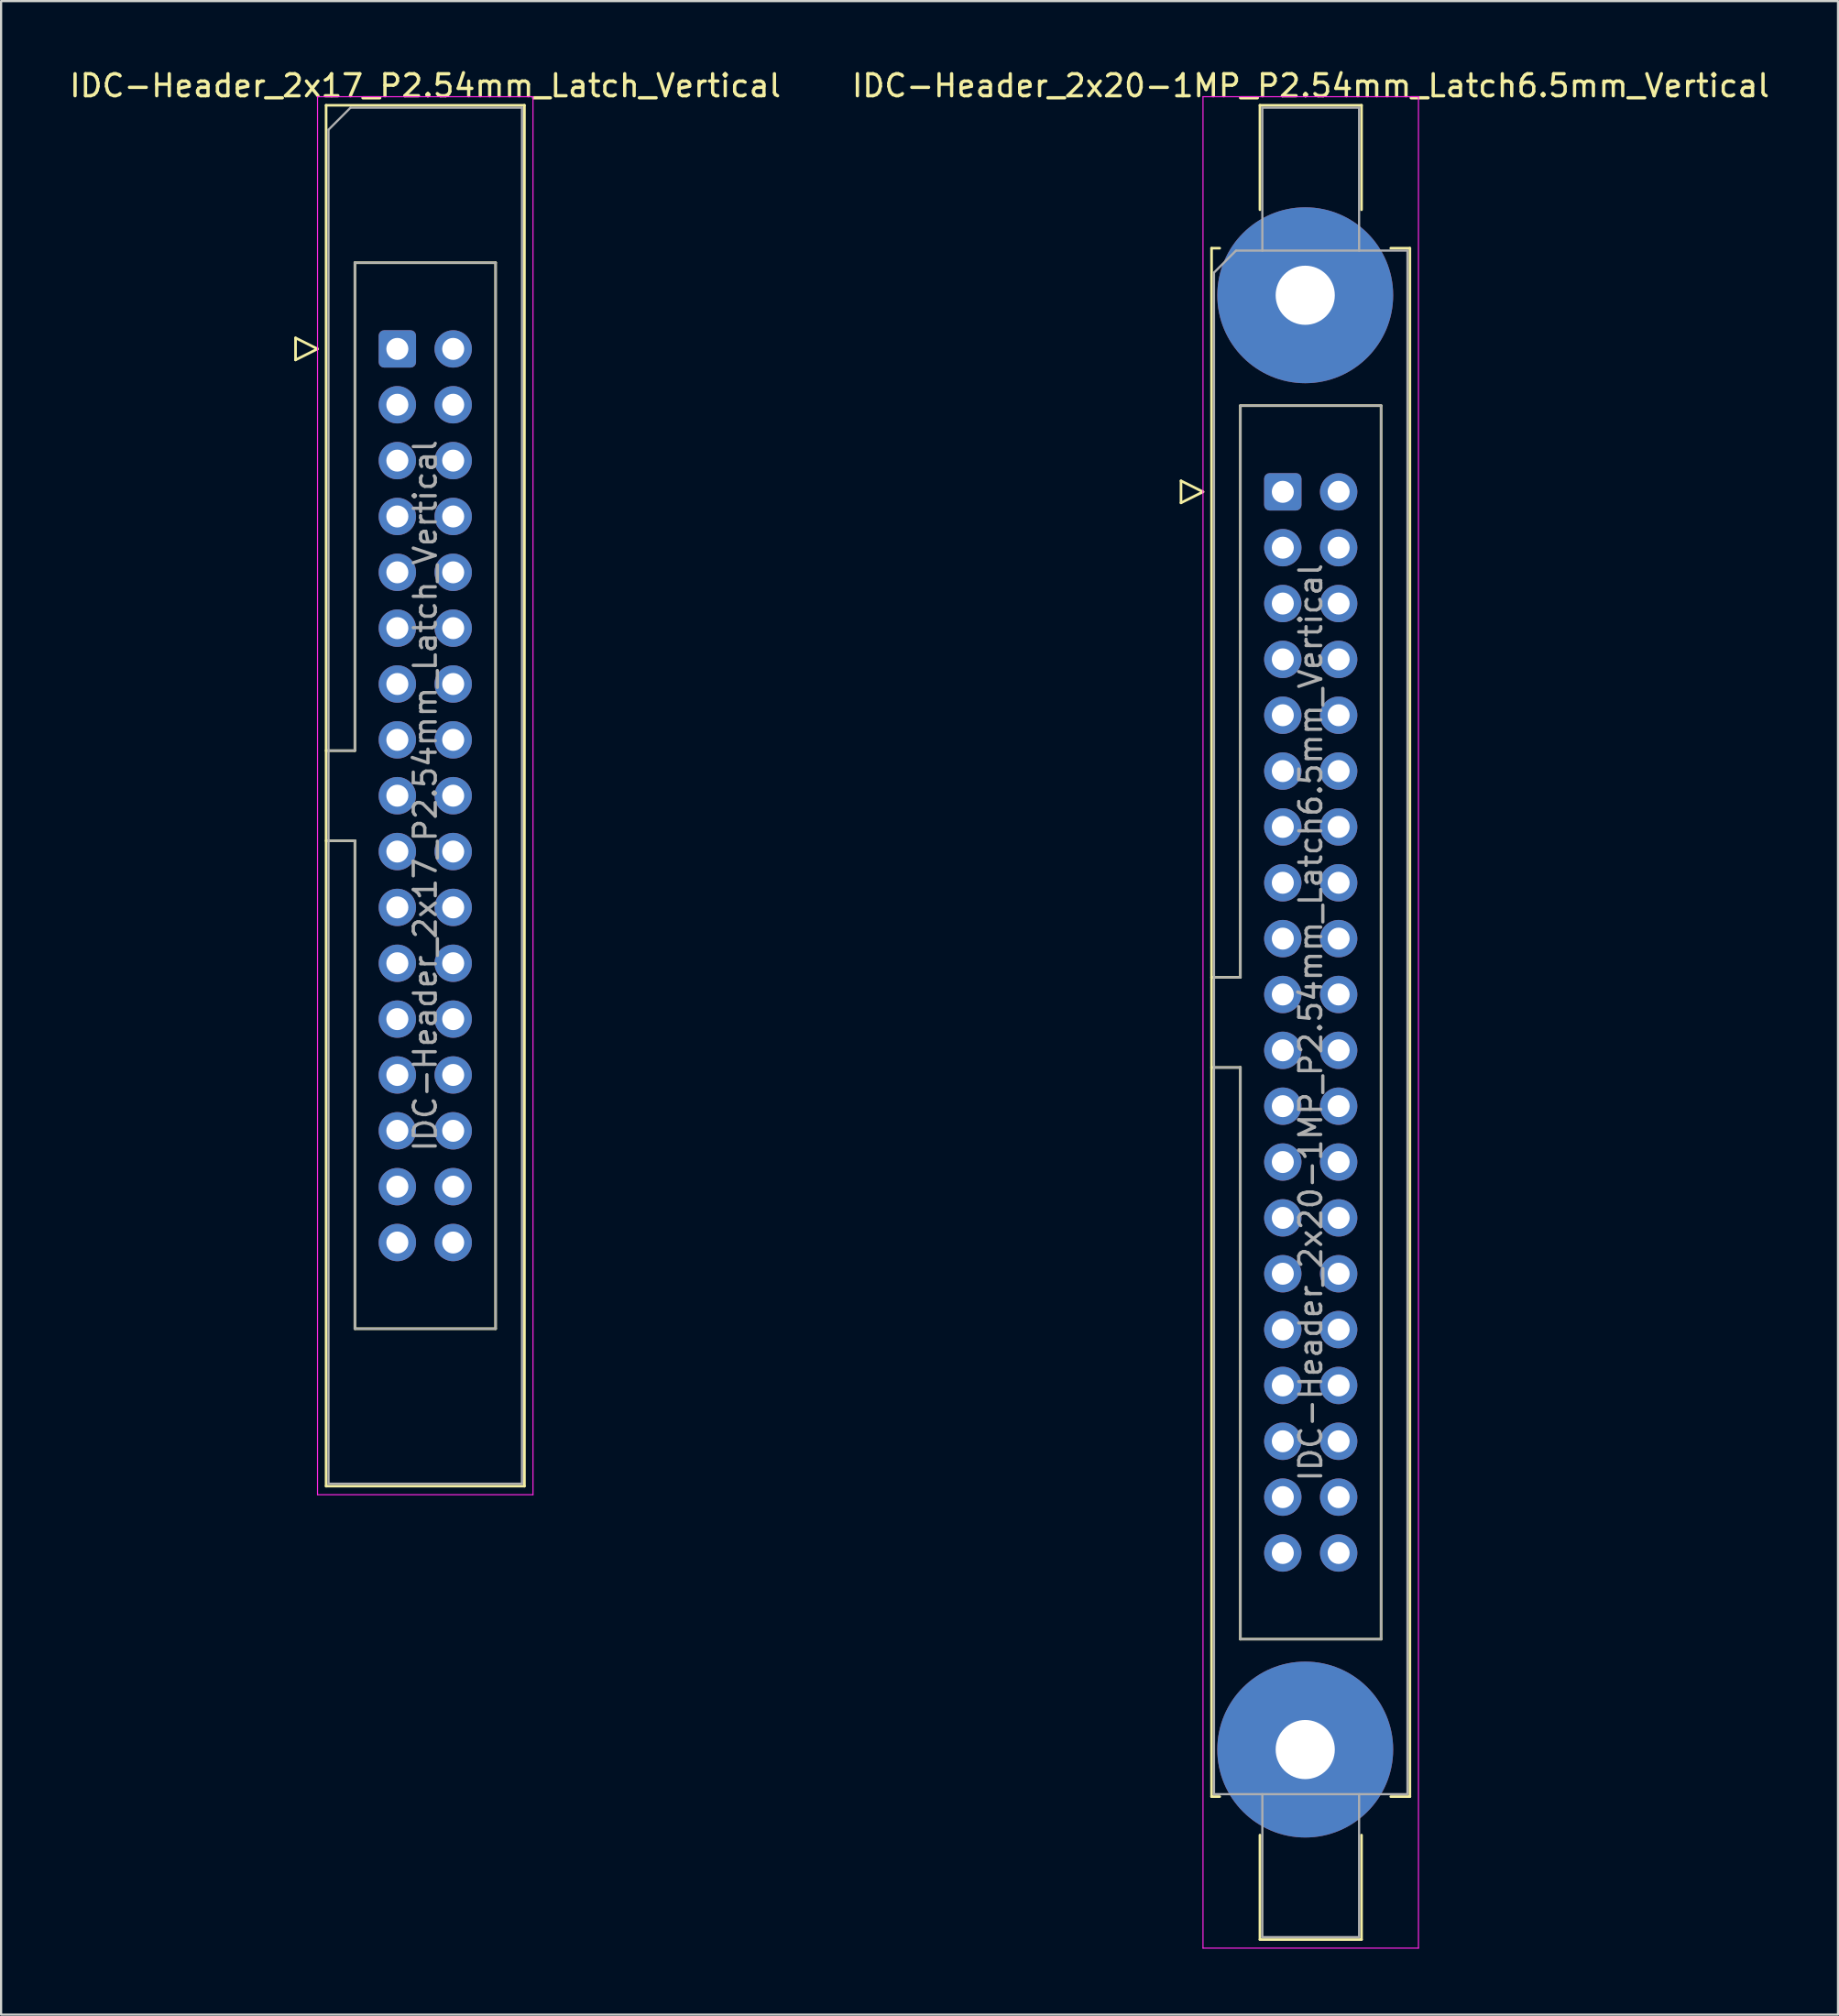
<source format=kicad_pcb>
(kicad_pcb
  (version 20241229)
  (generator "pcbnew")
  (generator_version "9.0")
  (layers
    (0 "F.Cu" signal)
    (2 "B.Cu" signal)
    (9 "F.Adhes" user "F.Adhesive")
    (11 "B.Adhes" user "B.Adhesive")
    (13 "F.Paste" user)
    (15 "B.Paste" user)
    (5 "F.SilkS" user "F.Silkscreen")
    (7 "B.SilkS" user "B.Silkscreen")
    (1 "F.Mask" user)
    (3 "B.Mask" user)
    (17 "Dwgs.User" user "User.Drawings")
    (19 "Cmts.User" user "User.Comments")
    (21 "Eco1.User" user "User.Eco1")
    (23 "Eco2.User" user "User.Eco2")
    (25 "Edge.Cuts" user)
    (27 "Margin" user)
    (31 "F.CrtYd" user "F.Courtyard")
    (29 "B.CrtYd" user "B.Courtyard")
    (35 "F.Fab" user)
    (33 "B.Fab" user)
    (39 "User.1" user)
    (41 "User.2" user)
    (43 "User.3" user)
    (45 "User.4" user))
  (footprint "IDC-Header_2x17_P2.54mm_Latch_Vertical"
    (layer "F.Cu")
    (at 15.022 12.818)
    (property "Reference" "IDC-Header_2x17_P2.54mm_Latch_Vertical" (at 1.27 -11.97 0) (layer "F.SilkS") (effects (font (size 1 1) (thickness 0.15))))
    (attr through_hole)
    (fp_line (start -4.63 -0.5) (end -4.63 0.5) (stroke (width 0.12) (type solid)) (layer "F.SilkS"))
    (fp_line (start -4.63 0.5) (end -3.63 0) (stroke (width 0.12) (type solid)) (layer "F.SilkS"))
    (fp_line (start -3.63 0) (end -4.63 -0.5) (stroke (width 0.12) (type solid)) (layer "F.SilkS"))
    (fp_line (start -3.24 -11.08) (end 5.78 -11.08) (stroke (width 0.12) (type solid)) (layer "F.SilkS"))
    (fp_line (start -3.24 18.27) (end -1.93 18.27) (stroke (width 0.12) (type solid)) (layer "F.SilkS"))
    (fp_line (start -3.24 51.72) (end -3.24 -11.08) (stroke (width 0.12) (type solid)) (layer "F.SilkS"))
    (fp_line (start -1.93 -3.92) (end 4.47 -3.92) (stroke (width 0.12) (type solid)) (layer "F.SilkS"))
    (fp_line (start -1.93 18.27) (end -1.93 -3.92) (stroke (width 0.12) (type solid)) (layer "F.SilkS"))
    (fp_line (start -1.93 22.37) (end -3.24 22.37) (stroke (width 0.12) (type solid)) (layer "F.SilkS"))
    (fp_line (start -1.93 22.37) (end -1.93 22.37) (stroke (width 0.12) (type solid)) (layer "F.SilkS"))
    (fp_line (start -1.93 44.56) (end -1.93 22.37) (stroke (width 0.12) (type solid)) (layer "F.SilkS"))
    (fp_line (start 4.47 -3.92) (end 4.47 44.56) (stroke (width 0.12) (type solid)) (layer "F.SilkS"))
    (fp_line (start 4.47 44.56) (end -1.93 44.56) (stroke (width 0.12) (type solid)) (layer "F.SilkS"))
    (fp_line (start 5.78 -11.08) (end 5.78 51.72) (stroke (width 0.12) (type solid)) (layer "F.SilkS"))
    (fp_line (start 5.78 51.72) (end -3.24 51.72) (stroke (width 0.12) (type solid)) (layer "F.SilkS"))
    (fp_line (start -3.63 -11.47) (end -3.63 52.11) (stroke (width 0.05) (type solid)) (layer "F.CrtYd"))
    (fp_line (start -3.63 52.11) (end 6.17 52.11) (stroke (width 0.05) (type solid)) (layer "F.CrtYd"))
    (fp_line (start 6.17 -11.47) (end -3.63 -11.47) (stroke (width 0.05) (type solid)) (layer "F.CrtYd"))
    (fp_line (start 6.17 52.11) (end 6.17 -11.47) (stroke (width 0.05) (type solid)) (layer "F.CrtYd"))
    (fp_line (start -3.13 -9.97) (end -2.13 -10.97) (stroke (width 0.1) (type solid)) (layer "F.Fab"))
    (fp_line (start -3.13 18.27) (end -1.93 18.27) (stroke (width 0.1) (type solid)) (layer "F.Fab"))
    (fp_line (start -3.13 51.61) (end -3.13 -9.97) (stroke (width 0.1) (type solid)) (layer "F.Fab"))
    (fp_line (start -2.13 -10.97) (end 5.67 -10.97) (stroke (width 0.1) (type solid)) (layer "F.Fab"))
    (fp_line (start -1.93 -3.92) (end 4.47 -3.92) (stroke (width 0.1) (type solid)) (layer "F.Fab"))
    (fp_line (start -1.93 18.27) (end -1.93 -3.92) (stroke (width 0.1) (type solid)) (layer "F.Fab"))
    (fp_line (start -1.93 22.37) (end -3.13 22.37) (stroke (width 0.1) (type solid)) (layer "F.Fab"))
    (fp_line (start -1.93 22.37) (end -1.93 22.37) (stroke (width 0.1) (type solid)) (layer "F.Fab"))
    (fp_line (start -1.93 44.56) (end -1.93 22.37) (stroke (width 0.1) (type solid)) (layer "F.Fab"))
    (fp_line (start 4.47 -3.92) (end 4.47 44.56) (stroke (width 0.1) (type solid)) (layer "F.Fab"))
    (fp_line (start 4.47 44.56) (end -1.93 44.56) (stroke (width 0.1) (type solid)) (layer "F.Fab"))
    (fp_line (start 5.67 -10.97) (end 5.67 51.61) (stroke (width 0.1) (type solid)) (layer "F.Fab"))
    (fp_line (start 5.67 51.61) (end -3.13 51.61) (stroke (width 0.1) (type solid)) (layer "F.Fab"))
    (fp_text user "${REFERENCE}" (at 1.27 20.32 90) (layer "F.Fab") (effects (font (size 1 1) (thickness 0.15))))
    (pad "1" thru_hole roundrect (at 0 0) (size 1.7 1.7) (drill 1) (layers "*.Cu" "*.Mask") (roundrect_rratio 0.147))
    (pad "2" thru_hole circle (at 2.54 0) (size 1.7 1.7) (drill 1) (layers "*.Cu" "*.Mask"))
    (pad "3" thru_hole circle (at 0 2.54) (size 1.7 1.7) (drill 1) (layers "*.Cu" "*.Mask"))
    (pad "4" thru_hole circle (at 2.54 2.54) (size 1.7 1.7) (drill 1) (layers "*.Cu" "*.Mask"))
    (pad "5" thru_hole circle (at 0 5.08) (size 1.7 1.7) (drill 1) (layers "*.Cu" "*.Mask"))
    (pad "6" thru_hole circle (at 2.54 5.08) (size 1.7 1.7) (drill 1) (layers "*.Cu" "*.Mask"))
    (pad "7" thru_hole circle (at 0 7.62) (size 1.7 1.7) (drill 1) (layers "*.Cu" "*.Mask"))
    (pad "8" thru_hole circle (at 2.54 7.62) (size 1.7 1.7) (drill 1) (layers "*.Cu" "*.Mask"))
    (pad "9" thru_hole circle (at 0 10.16) (size 1.7 1.7) (drill 1) (layers "*.Cu" "*.Mask"))
    (pad "10" thru_hole circle (at 2.54 10.16) (size 1.7 1.7) (drill 1) (layers "*.Cu" "*.Mask"))
    (pad "11" thru_hole circle (at 0 12.7) (size 1.7 1.7) (drill 1) (layers "*.Cu" "*.Mask"))
    (pad "12" thru_hole circle (at 2.54 12.7) (size 1.7 1.7) (drill 1) (layers "*.Cu" "*.Mask"))
    (pad "13" thru_hole circle (at 0 15.24) (size 1.7 1.7) (drill 1) (layers "*.Cu" "*.Mask"))
    (pad "14" thru_hole circle (at 2.54 15.24) (size 1.7 1.7) (drill 1) (layers "*.Cu" "*.Mask"))
    (pad "15" thru_hole circle (at 0 17.78) (size 1.7 1.7) (drill 1) (layers "*.Cu" "*.Mask"))
    (pad "16" thru_hole circle (at 2.54 17.78) (size 1.7 1.7) (drill 1) (layers "*.Cu" "*.Mask"))
    (pad "17" thru_hole circle (at 0 20.32) (size 1.7 1.7) (drill 1) (layers "*.Cu" "*.Mask"))
    (pad "18" thru_hole circle (at 2.54 20.32) (size 1.7 1.7) (drill 1) (layers "*.Cu" "*.Mask"))
    (pad "19" thru_hole circle (at 0 22.86) (size 1.7 1.7) (drill 1) (layers "*.Cu" "*.Mask"))
    (pad "20" thru_hole circle (at 2.54 22.86) (size 1.7 1.7) (drill 1) (layers "*.Cu" "*.Mask"))
    (pad "21" thru_hole circle (at 0 25.4) (size 1.7 1.7) (drill 1) (layers "*.Cu" "*.Mask"))
    (pad "22" thru_hole circle (at 2.54 25.4) (size 1.7 1.7) (drill 1) (layers "*.Cu" "*.Mask"))
    (pad "23" thru_hole circle (at 0 27.94) (size 1.7 1.7) (drill 1) (layers "*.Cu" "*.Mask"))
    (pad "24" thru_hole circle (at 2.54 27.94) (size 1.7 1.7) (drill 1) (layers "*.Cu" "*.Mask"))
    (pad "25" thru_hole circle (at 0 30.48) (size 1.7 1.7) (drill 1) (layers "*.Cu" "*.Mask"))
    (pad "26" thru_hole circle (at 2.54 30.48) (size 1.7 1.7) (drill 1) (layers "*.Cu" "*.Mask"))
    (pad "27" thru_hole circle (at 0 33.02) (size 1.7 1.7) (drill 1) (layers "*.Cu" "*.Mask"))
    (pad "28" thru_hole circle (at 2.54 33.02) (size 1.7 1.7) (drill 1) (layers "*.Cu" "*.Mask"))
    (pad "29" thru_hole circle (at 0 35.56) (size 1.7 1.7) (drill 1) (layers "*.Cu" "*.Mask"))
    (pad "30" thru_hole circle (at 2.54 35.56) (size 1.7 1.7) (drill 1) (layers "*.Cu" "*.Mask"))
    (pad "31" thru_hole circle (at 0 38.1) (size 1.7 1.7) (drill 1) (layers "*.Cu" "*.Mask"))
    (pad "32" thru_hole circle (at 2.54 38.1) (size 1.7 1.7) (drill 1) (layers "*.Cu" "*.Mask"))
    (pad "33" thru_hole circle (at 0 40.64) (size 1.7 1.7) (drill 1) (layers "*.Cu" "*.Mask"))
    (pad "34" thru_hole circle (at 2.54 40.64) (size 1.7 1.7) (drill 1) (layers "*.Cu" "*.Mask")))
  (footprint "IDC-Header_2x20-1MP_P2.54mm_Latch6.5mm_Vertical"
    (layer "F.Cu")
    (at 55.295 19.318)
    (property "Reference" "IDC-Header_2x20-1MP_P2.54mm_Latch6.5mm_Vertical" (at 1.27 -18.47 0) (layer "F.SilkS") (effects (font (size 1 1) (thickness 0.15))))
    (attr through_hole)
    (fp_line (start -4.63 -0.5) (end -4.63 0.5) (stroke (width 0.12) (type solid)) (layer "F.SilkS"))
    (fp_line (start -4.63 0.5) (end -3.63 0) (stroke (width 0.12) (type solid)) (layer "F.SilkS"))
    (fp_line (start -3.63 0) (end -4.63 -0.5) (stroke (width 0.12) (type solid)) (layer "F.SilkS"))
    (fp_line (start -3.24 -11.08) (end -3.24 59.34) (stroke (width 0.12) (type solid)) (layer "F.SilkS"))
    (fp_line (start -3.24 22.08) (end -1.93 22.08) (stroke (width 0.12) (type solid)) (layer "F.SilkS"))
    (fp_line (start -3.24 59.34) (end -2.87 59.34) (stroke (width 0.12) (type solid)) (layer "F.SilkS"))
    (fp_line (start -2.87 -11.08) (end -3.24 -11.08) (stroke (width 0.12) (type solid)) (layer "F.SilkS"))
    (fp_line (start -1.93 -3.92) (end 4.47 -3.92) (stroke (width 0.12) (type solid)) (layer "F.SilkS"))
    (fp_line (start -1.93 22.08) (end -1.93 -3.92) (stroke (width 0.12) (type solid)) (layer "F.SilkS"))
    (fp_line (start -1.93 26.18) (end -3.24 26.18) (stroke (width 0.12) (type solid)) (layer "F.SilkS"))
    (fp_line (start -1.93 26.18) (end -1.93 26.18) (stroke (width 0.12) (type solid)) (layer "F.SilkS"))
    (fp_line (start -1.93 52.18) (end -1.93 26.18) (stroke (width 0.12) (type solid)) (layer "F.SilkS"))
    (fp_line (start -1.04 -17.58) (end 3.58 -17.58) (stroke (width 0.12) (type solid)) (layer "F.SilkS"))
    (fp_line (start -1.04 -12.83) (end -1.04 -17.58) (stroke (width 0.12) (type solid)) (layer "F.SilkS"))
    (fp_line (start -1.04 61.09) (end -1.04 65.84) (stroke (width 0.12) (type solid)) (layer "F.SilkS"))
    (fp_line (start -1.04 65.84) (end 3.58 65.84) (stroke (width 0.12) (type solid)) (layer "F.SilkS"))
    (fp_line (start 3.58 -17.58) (end 3.58 -12.83) (stroke (width 0.12) (type solid)) (layer "F.SilkS"))
    (fp_line (start 3.58 65.84) (end 3.58 61.09) (stroke (width 0.12) (type solid)) (layer "F.SilkS"))
    (fp_line (start 4.47 -3.92) (end 4.47 52.18) (stroke (width 0.12) (type solid)) (layer "F.SilkS"))
    (fp_line (start 4.47 52.18) (end -1.93 52.18) (stroke (width 0.12) (type solid)) (layer "F.SilkS"))
    (fp_line (start 4.91 -11.08) (end 5.78 -11.08) (stroke (width 0.12) (type solid)) (layer "F.SilkS"))
    (fp_line (start 5.78 -11.08) (end 5.78 59.34) (stroke (width 0.12) (type solid)) (layer "F.SilkS"))
    (fp_line (start 5.78 59.34) (end 4.91 59.34) (stroke (width 0.12) (type solid)) (layer "F.SilkS"))
    (fp_line (start -3.63 -17.97) (end -3.63 66.23) (stroke (width 0.05) (type solid)) (layer "F.CrtYd"))
    (fp_line (start -3.63 66.23) (end 6.17 66.23) (stroke (width 0.05) (type solid)) (layer "F.CrtYd"))
    (fp_line (start 6.17 -17.97) (end -3.63 -17.97) (stroke (width 0.05) (type solid)) (layer "F.CrtYd"))
    (fp_line (start 6.17 66.23) (end 6.17 -17.97) (stroke (width 0.05) (type solid)) (layer "F.CrtYd"))
    (fp_line (start -3.13 -9.97) (end -2.13 -10.97) (stroke (width 0.1) (type solid)) (layer "F.Fab"))
    (fp_line (start -3.13 22.08) (end -1.93 22.08) (stroke (width 0.1) (type solid)) (layer "F.Fab"))
    (fp_line (start -3.13 59.23) (end -3.13 -9.97) (stroke (width 0.1) (type solid)) (layer "F.Fab"))
    (fp_line (start -2.13 -10.97) (end 5.67 -10.97) (stroke (width 0.1) (type solid)) (layer "F.Fab"))
    (fp_line (start -1.93 -3.92) (end 4.47 -3.92) (stroke (width 0.1) (type solid)) (layer "F.Fab"))
    (fp_line (start -1.93 22.08) (end -1.93 -3.92) (stroke (width 0.1) (type solid)) (layer "F.Fab"))
    (fp_line (start -1.93 26.18) (end -3.13 26.18) (stroke (width 0.1) (type solid)) (layer "F.Fab"))
    (fp_line (start -1.93 26.18) (end -1.93 26.18) (stroke (width 0.1) (type solid)) (layer "F.Fab"))
    (fp_line (start -1.93 52.18) (end -1.93 26.18) (stroke (width 0.1) (type solid)) (layer "F.Fab"))
    (fp_line (start -0.93 -17.47) (end 3.47 -17.47) (stroke (width 0.1) (type solid)) (layer "F.Fab"))
    (fp_line (start -0.93 -10.97) (end -0.93 -17.47) (stroke (width 0.1) (type solid)) (layer "F.Fab"))
    (fp_line (start -0.93 59.23) (end -0.93 65.73) (stroke (width 0.1) (type solid)) (layer "F.Fab"))
    (fp_line (start -0.93 65.73) (end 3.47 65.73) (stroke (width 0.1) (type solid)) (layer "F.Fab"))
    (fp_line (start 3.47 -17.47) (end 3.47 -10.97) (stroke (width 0.1) (type solid)) (layer "F.Fab"))
    (fp_line (start 3.47 65.73) (end 3.47 59.23) (stroke (width 0.1) (type solid)) (layer "F.Fab"))
    (fp_line (start 4.47 -3.92) (end 4.47 52.18) (stroke (width 0.1) (type solid)) (layer "F.Fab"))
    (fp_line (start 4.47 52.18) (end -1.93 52.18) (stroke (width 0.1) (type solid)) (layer "F.Fab"))
    (fp_line (start 5.67 -10.97) (end 5.67 59.23) (stroke (width 0.1) (type solid)) (layer "F.Fab"))
    (fp_line (start 5.67 59.23) (end -3.13 59.23) (stroke (width 0.1) (type solid)) (layer "F.Fab"))
    (fp_text user "${REFERENCE}" (at 1.27 24.13 90) (layer "F.Fab") (effects (font (size 1 1) (thickness 0.15))))
    (pad "1" thru_hole roundrect (at 0 0) (size 1.7 1.7) (drill 1) (layers "*.Cu" "*.Mask") (roundrect_rratio 0.147))
    (pad "2" thru_hole circle (at 2.54 0) (size 1.7 1.7) (drill 1) (layers "*.Cu" "*.Mask"))
    (pad "3" thru_hole circle (at 0 2.54) (size 1.7 1.7) (drill 1) (layers "*.Cu" "*.Mask"))
    (pad "4" thru_hole circle (at 2.54 2.54) (size 1.7 1.7) (drill 1) (layers "*.Cu" "*.Mask"))
    (pad "5" thru_hole circle (at 0 5.08) (size 1.7 1.7) (drill 1) (layers "*.Cu" "*.Mask"))
    (pad "6" thru_hole circle (at 2.54 5.08) (size 1.7 1.7) (drill 1) (layers "*.Cu" "*.Mask"))
    (pad "7" thru_hole circle (at 0 7.62) (size 1.7 1.7) (drill 1) (layers "*.Cu" "*.Mask"))
    (pad "8" thru_hole circle (at 2.54 7.62) (size 1.7 1.7) (drill 1) (layers "*.Cu" "*.Mask"))
    (pad "9" thru_hole circle (at 0 10.16) (size 1.7 1.7) (drill 1) (layers "*.Cu" "*.Mask"))
    (pad "10" thru_hole circle (at 2.54 10.16) (size 1.7 1.7) (drill 1) (layers "*.Cu" "*.Mask"))
    (pad "11" thru_hole circle (at 0 12.7) (size 1.7 1.7) (drill 1) (layers "*.Cu" "*.Mask"))
    (pad "12" thru_hole circle (at 2.54 12.7) (size 1.7 1.7) (drill 1) (layers "*.Cu" "*.Mask"))
    (pad "13" thru_hole circle (at 0 15.24) (size 1.7 1.7) (drill 1) (layers "*.Cu" "*.Mask"))
    (pad "14" thru_hole circle (at 2.54 15.24) (size 1.7 1.7) (drill 1) (layers "*.Cu" "*.Mask"))
    (pad "15" thru_hole circle (at 0 17.78) (size 1.7 1.7) (drill 1) (layers "*.Cu" "*.Mask"))
    (pad "16" thru_hole circle (at 2.54 17.78) (size 1.7 1.7) (drill 1) (layers "*.Cu" "*.Mask"))
    (pad "17" thru_hole circle (at 0 20.32) (size 1.7 1.7) (drill 1) (layers "*.Cu" "*.Mask"))
    (pad "18" thru_hole circle (at 2.54 20.32) (size 1.7 1.7) (drill 1) (layers "*.Cu" "*.Mask"))
    (pad "19" thru_hole circle (at 0 22.86) (size 1.7 1.7) (drill 1) (layers "*.Cu" "*.Mask"))
    (pad "20" thru_hole circle (at 2.54 22.86) (size 1.7 1.7) (drill 1) (layers "*.Cu" "*.Mask"))
    (pad "21" thru_hole circle (at 0 25.4) (size 1.7 1.7) (drill 1) (layers "*.Cu" "*.Mask"))
    (pad "22" thru_hole circle (at 2.54 25.4) (size 1.7 1.7) (drill 1) (layers "*.Cu" "*.Mask"))
    (pad "23" thru_hole circle (at 0 27.94) (size 1.7 1.7) (drill 1) (layers "*.Cu" "*.Mask"))
    (pad "24" thru_hole circle (at 2.54 27.94) (size 1.7 1.7) (drill 1) (layers "*.Cu" "*.Mask"))
    (pad "25" thru_hole circle (at 0 30.48) (size 1.7 1.7) (drill 1) (layers "*.Cu" "*.Mask"))
    (pad "26" thru_hole circle (at 2.54 30.48) (size 1.7 1.7) (drill 1) (layers "*.Cu" "*.Mask"))
    (pad "27" thru_hole circle (at 0 33.02) (size 1.7 1.7) (drill 1) (layers "*.Cu" "*.Mask"))
    (pad "28" thru_hole circle (at 2.54 33.02) (size 1.7 1.7) (drill 1) (layers "*.Cu" "*.Mask"))
    (pad "29" thru_hole circle (at 0 35.56) (size 1.7 1.7) (drill 1) (layers "*.Cu" "*.Mask"))
    (pad "30" thru_hole circle (at 2.54 35.56) (size 1.7 1.7) (drill 1) (layers "*.Cu" "*.Mask"))
    (pad "31" thru_hole circle (at 0 38.1) (size 1.7 1.7) (drill 1) (layers "*.Cu" "*.Mask"))
    (pad "32" thru_hole circle (at 2.54 38.1) (size 1.7 1.7) (drill 1) (layers "*.Cu" "*.Mask"))
    (pad "33" thru_hole circle (at 0 40.64) (size 1.7 1.7) (drill 1) (layers "*.Cu" "*.Mask"))
    (pad "34" thru_hole circle (at 2.54 40.64) (size 1.7 1.7) (drill 1) (layers "*.Cu" "*.Mask"))
    (pad "35" thru_hole circle (at 0 43.18) (size 1.7 1.7) (drill 1) (layers "*.Cu" "*.Mask"))
    (pad "36" thru_hole circle (at 2.54 43.18) (size 1.7 1.7) (drill 1) (layers "*.Cu" "*.Mask"))
    (pad "37" thru_hole circle (at 0 45.72) (size 1.7 1.7) (drill 1) (layers "*.Cu" "*.Mask"))
    (pad "38" thru_hole circle (at 2.54 45.72) (size 1.7 1.7) (drill 1) (layers "*.Cu" "*.Mask"))
    (pad "39" thru_hole circle (at 0 48.26) (size 1.7 1.7) (drill 1) (layers "*.Cu" "*.Mask"))
    (pad "40" thru_hole circle (at 2.54 48.26) (size 1.7 1.7) (drill 1) (layers "*.Cu" "*.Mask"))
    (pad "MP" thru_hole circle (at 1.02 -8.94) (size 8 8) (drill 2.69) (layers "*.Cu" "*.Mask"))
    (pad "MP" thru_hole circle (at 1.02 57.2) (size 8 8) (drill 2.69) (layers "*.Cu" "*.Mask")))
  (gr_rect
    (start -3 -3)
    (end 80.548 88.573)
    (stroke (width 0.1) (type default))
    (fill no)
    (layer "Edge.Cuts")))
</source>
